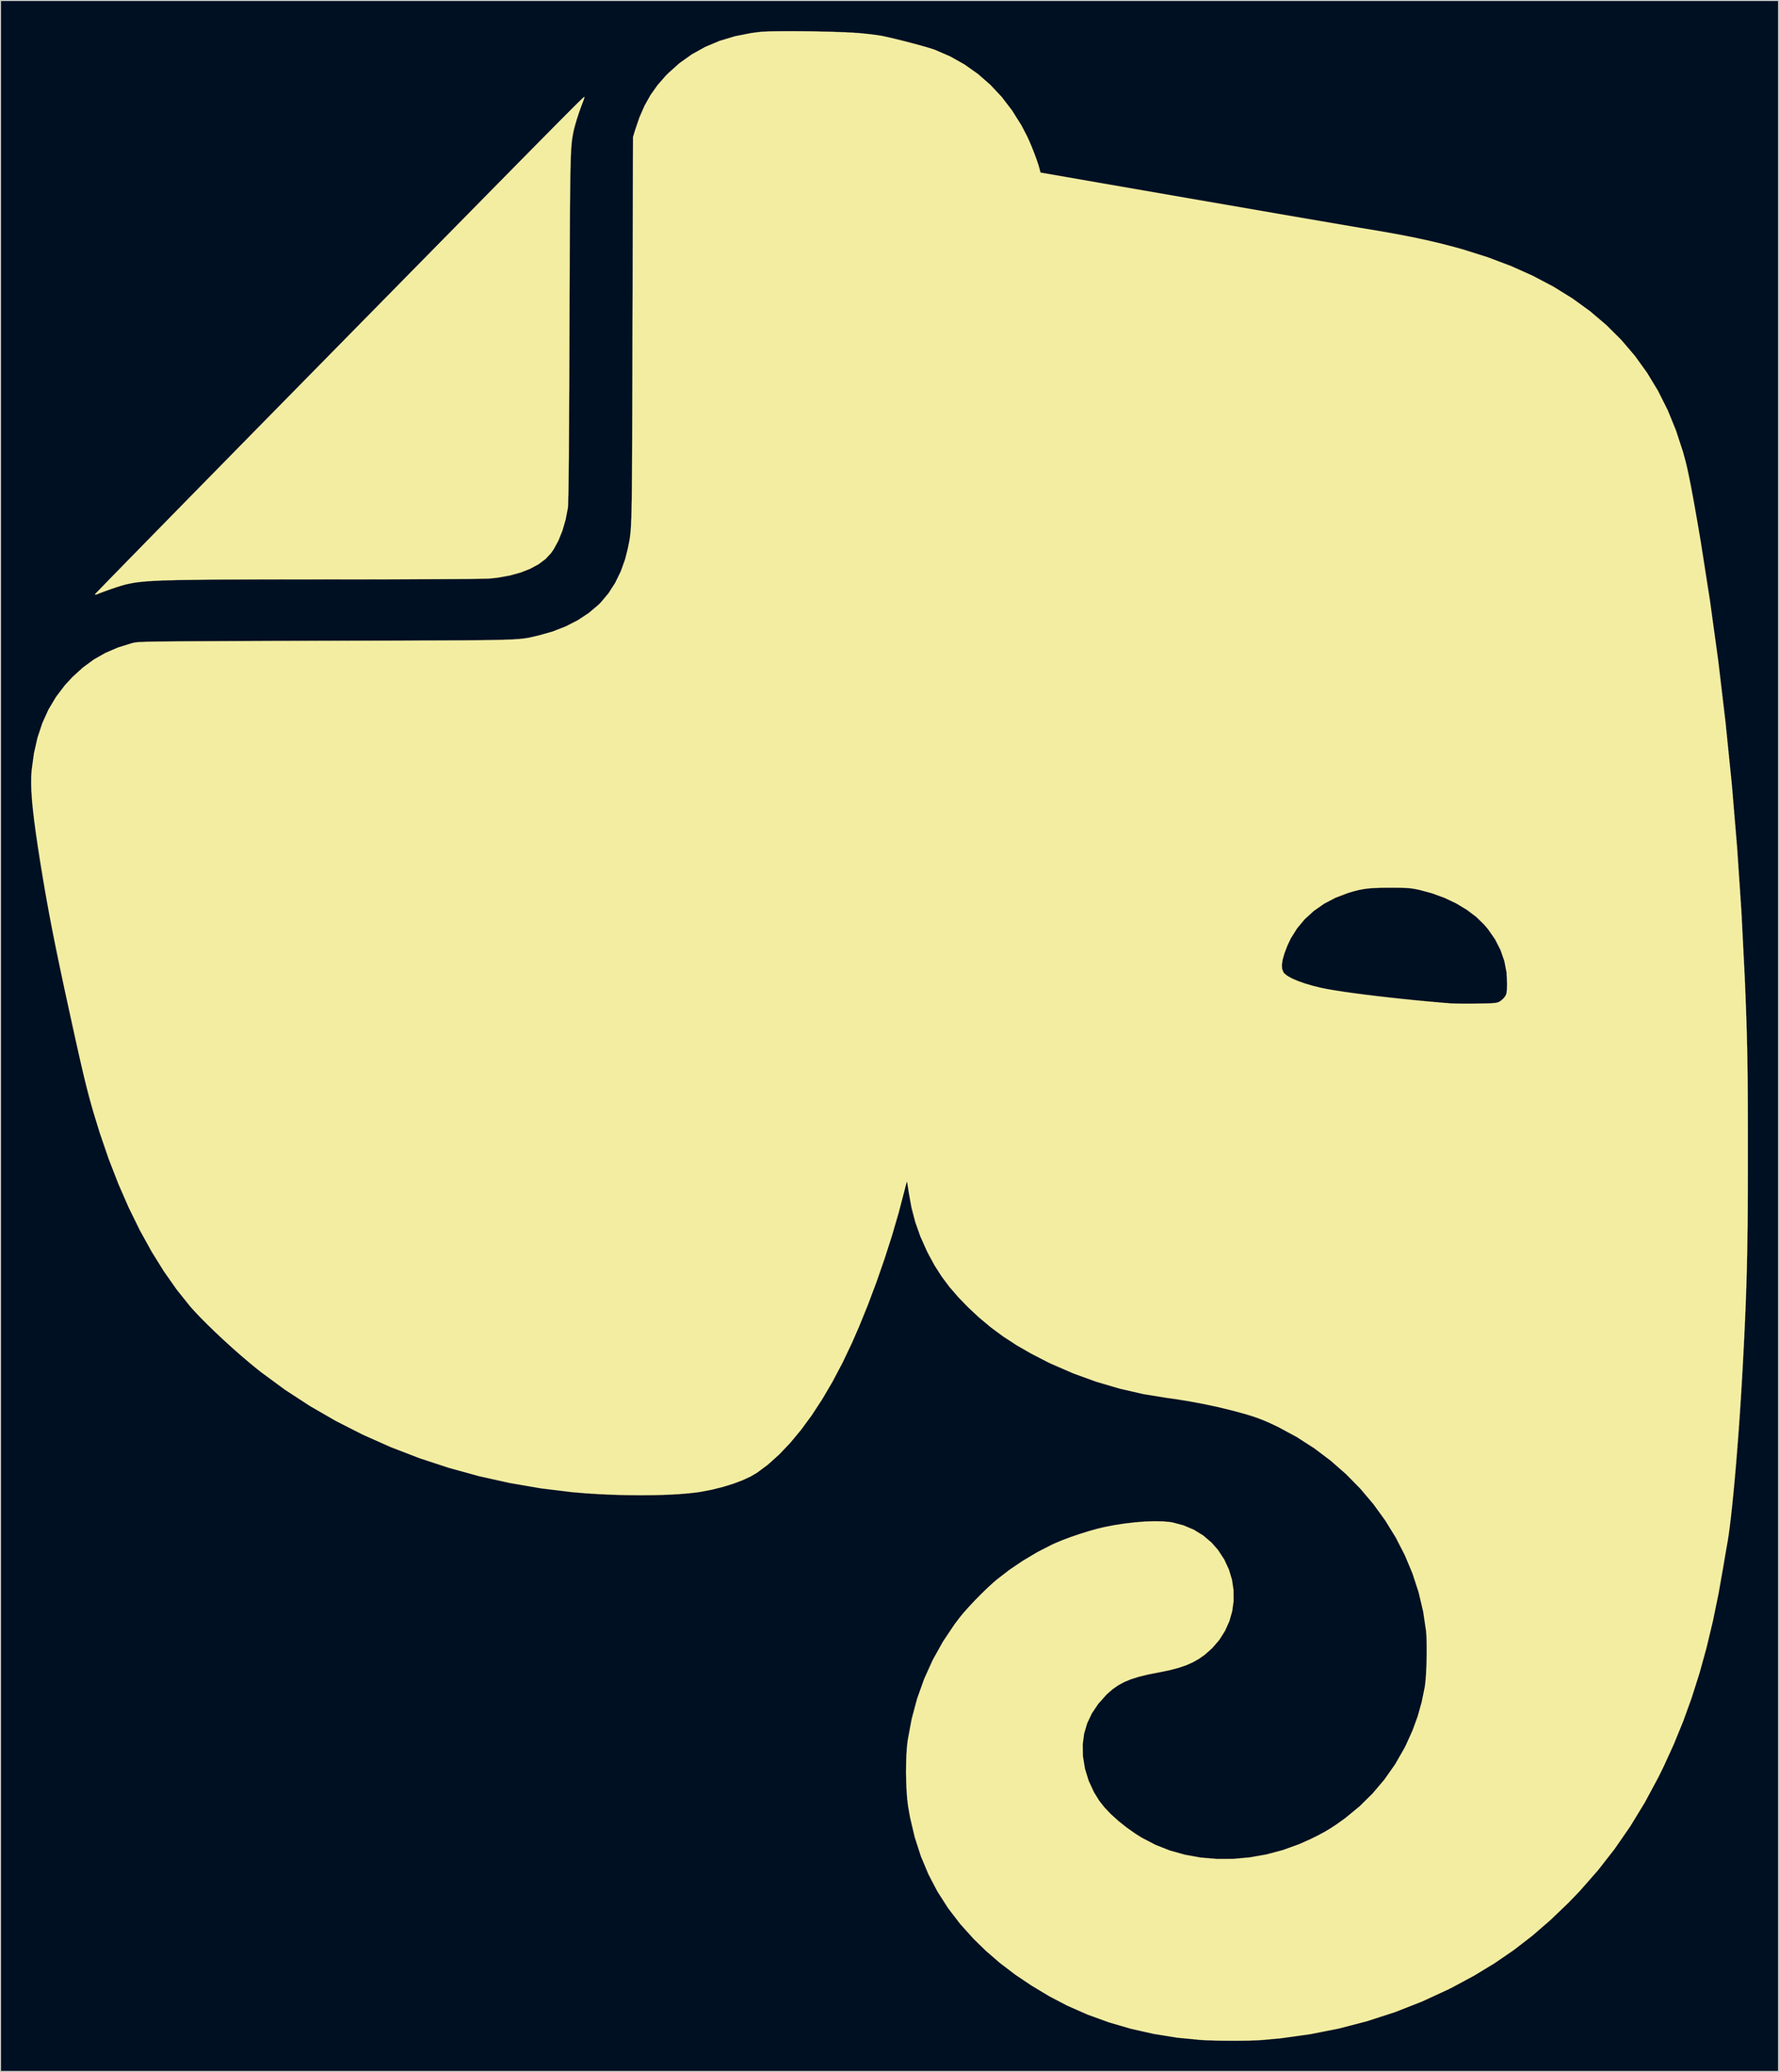
<source format=kicad_pcb>
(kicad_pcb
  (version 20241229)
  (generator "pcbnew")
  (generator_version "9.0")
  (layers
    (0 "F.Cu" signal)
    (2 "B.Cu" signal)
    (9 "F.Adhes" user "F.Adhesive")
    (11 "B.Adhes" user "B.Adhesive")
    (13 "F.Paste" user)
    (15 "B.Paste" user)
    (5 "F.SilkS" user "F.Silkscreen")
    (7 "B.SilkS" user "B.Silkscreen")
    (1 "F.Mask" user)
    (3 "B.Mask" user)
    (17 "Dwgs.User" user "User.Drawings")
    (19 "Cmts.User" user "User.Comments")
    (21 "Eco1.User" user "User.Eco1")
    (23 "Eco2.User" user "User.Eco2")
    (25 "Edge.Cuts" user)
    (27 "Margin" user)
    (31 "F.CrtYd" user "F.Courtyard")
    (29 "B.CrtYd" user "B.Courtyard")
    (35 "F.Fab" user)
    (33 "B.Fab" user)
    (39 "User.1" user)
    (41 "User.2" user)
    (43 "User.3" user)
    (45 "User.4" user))
  (footprint "evernote_20x20_F"
    (layer "F.Cu")
    (at 84.144 98.378)
    (property "Reference" "evernote_20x20_F" (at 0 0 0) (layer "F.SilkS") (effects (font (size 1.524 1.524) (thickness 0.3))))
    (attr through_hole)
    (fp_poly (pts (xy -29.949 -91.878) (xy -29.999 -91.696) (xy -30.07 -91.504) (xy -30.285 -90.944) (xy -30.5 -90.334) (xy -30.699 -89.72) (xy -30.868 -89.149) (xy -30.992 -88.669) (xy -31.024 -88.519) (xy -31.061 -88.323) (xy -31.096 -88.132) (xy -31.128 -87.936) (xy -31.158 -87.73) (xy -31.185 -87.505) (xy -31.209 -87.254) (xy -31.231 -86.97) (xy -31.251 -86.645) (xy -31.269 -86.271) (xy -31.286 -85.843) (xy -31.3 -85.351) (xy -31.314 -84.788) (xy -31.325 -84.148) (xy -31.336 -83.422) (xy -31.346 -82.604) (xy -31.354 -81.685) (xy -31.362 -80.659) (xy -31.37 -79.517) (xy -31.377 -78.253) (xy -31.383 -76.859) (xy -31.39 -75.328) (xy -31.396 -73.651) (xy -31.403 -71.823) (xy -31.409 -69.835) (xy -31.412 -69.215) (xy -31.419 -67.038) (xy -31.427 -65.025) (xy -31.435 -63.173) (xy -31.443 -61.478) (xy -31.451 -59.934) (xy -31.46 -58.537) (xy -31.468 -57.284) (xy -31.478 -56.169) (xy -31.487 -55.188) (xy -31.497 -54.337) (xy -31.507 -53.612) (xy -31.518 -53.007) (xy -31.529 -52.52) (xy -31.54 -52.144) (xy -31.553 -51.877) (xy -31.566 -51.713) (xy -31.569 -51.689) (xy -31.789 -50.545) (xy -32.099 -49.477) (xy -32.49 -48.507) (xy -32.951 -47.661) (xy -33.225 -47.266) (xy -33.756 -46.697) (xy -34.434 -46.19) (xy -35.247 -45.749) (xy -36.182 -45.381) (xy -37.226 -45.09) (xy -38.367 -44.882) (xy -39.158 -44.793) (xy -39.388 -44.781) (xy -39.784 -44.77) (xy -40.343 -44.759) (xy -41.061 -44.75) (xy -41.935 -44.741) (xy -42.961 -44.733) (xy -44.136 -44.726) (xy -45.457 -44.72) (xy -46.921 -44.715) (xy -48.523 -44.71) (xy -50.261 -44.707) (xy -52.132 -44.705) (xy -54.131 -44.704) (xy -54.822 -44.704) (xy -56.903 -44.703) (xy -58.822 -44.702) (xy -60.586 -44.7) (xy -62.204 -44.697) (xy -63.683 -44.692) (xy -65.029 -44.687) (xy -66.251 -44.679) (xy -67.356 -44.67) (xy -68.351 -44.659) (xy -69.245 -44.645) (xy -70.043 -44.63) (xy -70.755 -44.611) (xy -71.387 -44.59) (xy -71.947 -44.566) (xy -72.442 -44.538) (xy -72.88 -44.508) (xy -73.269 -44.473) (xy -73.615 -44.435) (xy -73.926 -44.394) (xy -74.21 -44.347) (xy -74.474 -44.297) (xy -74.726 -44.242) (xy -74.972 -44.183) (xy -75.323 -44.083) (xy -75.785 -43.936) (xy -76.31 -43.758) (xy -76.853 -43.565) (xy -77.366 -43.374) (xy -77.745 -43.223) (xy -77.866 -43.207) (xy -77.893 -43.241) (xy -77.835 -43.307) (xy -77.661 -43.489) (xy -77.378 -43.783) (xy -76.987 -44.185) (xy -76.495 -44.691) (xy -75.905 -45.296) (xy -75.221 -45.996) (xy -74.448 -46.788) (xy -73.588 -47.666) (xy -72.648 -48.626) (xy -71.63 -49.665) (xy -70.54 -50.778) (xy -69.38 -51.961) (xy -68.156 -53.209) (xy -66.871 -54.518) (xy -65.53 -55.884) (xy -64.137 -57.303) (xy -62.696 -58.77) (xy -61.211 -60.282) (xy -59.686 -61.834) (xy -58.125 -63.421) (xy -56.534 -65.04) (xy -56.21 -65.369) (xy -54.092 -67.523) (xy -52.09 -69.559) (xy -50.2 -71.48) (xy -48.419 -73.291) (xy -46.745 -74.993) (xy -45.172 -76.591) (xy -43.7 -78.088) (xy -42.324 -79.486) (xy -41.041 -80.789) (xy -39.848 -82.001) (xy -38.743 -83.124) (xy -37.72 -84.161) (xy -36.779 -85.117) (xy -35.914 -85.993) (xy -35.124 -86.794) (xy -34.405 -87.522) (xy -33.754 -88.181) (xy -33.167 -88.774) (xy -32.642 -89.305) (xy -32.174 -89.775) (xy -31.762 -90.19) (xy -31.402 -90.551) (xy -31.091 -90.862) (xy -30.825 -91.127) (xy -30.601 -91.348) (xy -30.417 -91.528) (xy -30.268 -91.672) (xy -30.153 -91.782) (xy -30.067 -91.861) (xy -30.007 -91.913) (xy -29.971 -91.941) (xy -29.956 -91.948) (xy -29.949 -91.878)) (stroke (width 0.01) (type solid)) (fill yes) (layer "F.SilkS"))
    (fp_poly (pts (xy -8.725 -98.369) (xy -7.822 -98.358) (xy -6.916 -98.342) (xy -6.028 -98.322) (xy -5.184 -98.296) (xy -4.406 -98.267) (xy -3.718 -98.233) (xy -3.143 -98.195) (xy -2.921 -98.177) (xy -2.376 -98.123) (xy -1.838 -98.062) (xy -1.35 -98) (xy -0.958 -97.942) (xy -0.762 -97.907) (xy -0.241 -97.795) (xy 0.366 -97.653) (xy 1.028 -97.491) (xy 1.714 -97.316) (xy 2.392 -97.138) (xy 3.03 -96.963) (xy 3.598 -96.801) (xy 4.063 -96.66) (xy 4.396 -96.548) (xy 4.398 -96.547) (xy 5.891 -95.9) (xy 7.296 -95.11) (xy 8.61 -94.18) (xy 9.828 -93.115) (xy 10.947 -91.919) (xy 11.96 -90.595) (xy 12.865 -89.148) (xy 13.414 -88.099) (xy 13.646 -87.595) (xy 13.89 -87.017) (xy 14.129 -86.41) (xy 14.346 -85.82) (xy 14.524 -85.292) (xy 14.644 -84.874) (xy 14.729 -84.532) (xy 17.969 -83.97) (xy 20.355 -83.555) (xy 22.675 -83.153) (xy 24.923 -82.763) (xy 27.093 -82.387) (xy 29.18 -82.026) (xy 31.179 -81.68) (xy 33.083 -81.351) (xy 34.887 -81.039) (xy 36.586 -80.745) (xy 38.174 -80.471) (xy 39.646 -80.218) (xy 40.996 -79.986) (xy 42.217 -79.776) (xy 43.306 -79.589) (xy 44.256 -79.426) (xy 45.061 -79.289) (xy 45.717 -79.178) (xy 46.217 -79.094) (xy 46.556 -79.038) (xy 46.567 -79.036) (xy 48.292 -78.747) (xy 49.873 -78.462) (xy 51.332 -78.175) (xy 52.694 -77.882) (xy 53.983 -77.578) (xy 55.223 -77.257) (xy 56.14 -77.001) (xy 58.556 -76.238) (xy 60.833 -75.378) (xy 62.972 -74.42) (xy 64.974 -73.365) (xy 66.84 -72.21) (xy 68.571 -70.955) (xy 70.168 -69.599) (xy 71.632 -68.141) (xy 72.963 -66.58) (xy 74.162 -64.917) (xy 75.231 -63.148) (xy 76.17 -61.275) (xy 76.981 -59.295) (xy 77.663 -57.209) (xy 77.922 -56.261) (xy 78.072 -55.638) (xy 78.241 -54.855) (xy 78.43 -53.913) (xy 78.639 -52.808) (xy 78.868 -51.54) (xy 79.118 -50.107) (xy 79.389 -48.508) (xy 79.409 -48.384) (xy 80.313 -42.618) (xy 81.123 -36.723) (xy 81.837 -30.712) (xy 82.456 -24.597) (xy 82.976 -18.392) (xy 83.398 -12.108) (xy 83.719 -5.76) (xy 83.732 -5.461) (xy 83.782 -4.237) (xy 83.826 -3.096) (xy 83.865 -2.018) (xy 83.898 -0.984) (xy 83.927 0.025) (xy 83.951 1.029) (xy 83.972 2.046) (xy 83.988 3.096) (xy 84.001 4.199) (xy 84.011 5.372) (xy 84.019 6.636) (xy 84.023 8.009) (xy 84.026 9.512) (xy 84.027 11.162) (xy 84.027 11.345) (xy 84.026 13.292) (xy 84.021 15.089) (xy 84.012 16.757) (xy 84 18.317) (xy 83.982 19.788) (xy 83.959 21.19) (xy 83.93 22.545) (xy 83.895 23.871) (xy 83.852 25.189) (xy 83.803 26.519) (xy 83.745 27.882) (xy 83.68 29.298) (xy 83.605 30.786) (xy 83.521 32.367) (xy 83.478 33.147) (xy 83.388 34.69) (xy 83.29 36.236) (xy 83.186 37.772) (xy 83.076 39.285) (xy 82.961 40.759) (xy 82.844 42.182) (xy 82.724 43.538) (xy 82.604 44.815) (xy 82.485 45.999) (xy 82.367 47.074) (xy 82.253 48.028) (xy 82.143 48.847) (xy 82.038 49.516) (xy 81.997 49.743) (xy 81.937 50.076) (xy 81.859 50.524) (xy 81.771 51.037) (xy 81.684 51.563) (xy 81.656 51.731) (xy 81.149 54.604) (xy 80.587 57.332) (xy 79.964 59.929) (xy 79.276 62.413) (xy 78.518 64.799) (xy 77.684 67.103) (xy 76.77 69.34) (xy 75.771 71.528) (xy 75.263 72.559) (xy 73.936 75.028) (xy 72.511 77.366) (xy 70.977 79.585) (xy 69.326 81.698) (xy 67.55 83.718) (xy 66.424 84.886) (xy 64.674 86.561) (xy 62.907 88.089) (xy 61.093 89.49) (xy 59.204 90.784) (xy 57.213 91.992) (xy 55.091 93.134) (xy 54.693 93.335) (xy 52.099 94.532) (xy 49.447 95.57) (xy 46.738 96.449) (xy 43.974 97.168) (xy 41.155 97.727) (xy 38.284 98.126) (xy 36.407 98.298) (xy 35.837 98.33) (xy 35.138 98.352) (xy 34.348 98.364) (xy 33.508 98.368) (xy 32.657 98.362) (xy 31.834 98.347) (xy 31.078 98.324) (xy 30.429 98.291) (xy 30.395 98.288) (xy 28.097 98.064) (xy 25.823 97.698) (xy 23.592 97.195) (xy 21.42 96.561) (xy 19.325 95.8) (xy 17.324 94.917) (xy 15.621 94.025) (xy 13.87 92.977) (xy 12.265 91.899) (xy 10.783 90.772) (xy 9.402 89.582) (xy 8.21 88.423) (xy 6.869 86.936) (xy 5.682 85.387) (xy 4.646 83.77) (xy 3.759 82.078) (xy 3.016 80.304) (xy 2.415 78.443) (xy 1.953 76.488) (xy 1.76 75.396) (xy 1.677 74.717) (xy 1.616 73.917) (xy 1.578 73.036) (xy 1.562 72.117) (xy 1.57 71.202) (xy 1.6 70.333) (xy 1.654 69.552) (xy 1.723 68.961) (xy 2.112 66.874) (xy 2.651 64.866) (xy 3.341 62.935) (xy 4.181 61.081) (xy 5.172 59.301) (xy 6.316 57.594) (xy 6.778 56.981) (xy 7.196 56.472) (xy 7.712 55.892) (xy 8.292 55.274) (xy 8.901 54.653) (xy 9.507 54.064) (xy 10.076 53.542) (xy 10.441 53.228) (xy 11.679 52.273) (xy 13.022 51.365) (xy 14.417 50.536) (xy 15.811 49.82) (xy 16.171 49.654) (xy 16.873 49.361) (xy 17.688 49.057) (xy 18.563 48.758) (xy 19.444 48.483) (xy 20.28 48.248) (xy 20.931 48.09) (xy 21.93 47.894) (xy 22.951 47.735) (xy 23.964 47.616) (xy 24.942 47.539) (xy 25.856 47.506) (xy 26.678 47.518) (xy 27.379 47.579) (xy 27.642 47.621) (xy 28.738 47.908) (xy 29.751 48.338) (xy 30.671 48.903) (xy 31.489 49.599) (xy 32.121 50.321) (xy 32.73 51.25) (xy 33.185 52.227) (xy 33.488 53.238) (xy 33.642 54.266) (xy 33.649 55.297) (xy 33.51 56.315) (xy 33.227 57.304) (xy 32.802 58.249) (xy 32.238 59.136) (xy 31.536 59.947) (xy 30.813 60.583) (xy 30.252 60.978) (xy 29.66 61.315) (xy 29.01 61.603) (xy 28.276 61.854) (xy 27.431 62.077) (xy 26.449 62.282) (xy 26.247 62.319) (xy 25.221 62.523) (xy 24.341 62.74) (xy 23.584 62.98) (xy 22.926 63.253) (xy 22.344 63.568) (xy 21.815 63.937) (xy 21.315 64.369) (xy 21.177 64.502) (xy 20.389 65.386) (xy 19.763 66.316) (xy 19.301 67.291) (xy 19.001 68.314) (xy 18.863 69.384) (xy 18.887 70.502) (xy 18.889 70.527) (xy 19.088 71.747) (xy 19.45 72.92) (xy 19.972 74.043) (xy 20.497 74.89) (xy 20.993 75.521) (xy 21.623 76.181) (xy 22.36 76.849) (xy 23.177 77.5) (xy 24.047 78.111) (xy 24.654 78.491) (xy 25.988 79.187) (xy 27.404 79.744) (xy 28.888 80.16) (xy 30.426 80.436) (xy 32.006 80.57) (xy 33.614 80.564) (xy 35.237 80.417) (xy 36.86 80.13) (xy 38.472 79.7) (xy 40.057 79.13) (xy 41.148 78.645) (xy 41.901 78.272) (xy 42.547 77.926) (xy 43.137 77.576) (xy 43.724 77.19) (xy 44.36 76.738) (xy 44.612 76.551) (xy 45.993 75.417) (xy 47.272 74.155) (xy 48.435 72.779) (xy 49.471 71.305) (xy 50.366 69.748) (xy 50.549 69.384) (xy 51.179 67.985) (xy 51.682 66.611) (xy 52.076 65.203) (xy 52.373 63.754) (xy 52.432 63.304) (xy 52.482 62.722) (xy 52.521 62.046) (xy 52.548 61.312) (xy 52.563 60.559) (xy 52.565 59.823) (xy 52.553 59.141) (xy 52.526 58.551) (xy 52.499 58.229) (xy 52.216 56.326) (xy 51.772 54.453) (xy 51.172 52.618) (xy 50.423 50.83) (xy 49.532 49.098) (xy 48.505 47.431) (xy 47.348 45.836) (xy 46.068 44.323) (xy 44.671 42.901) (xy 43.163 41.578) (xy 41.55 40.363) (xy 39.84 39.264) (xy 38.039 38.29) (xy 37.739 38.145) (xy 37.148 37.87) (xy 36.601 37.634) (xy 36.064 37.425) (xy 35.501 37.23) (xy 34.878 37.038) (xy 34.159 36.837) (xy 33.316 36.615) (xy 32.038 36.308) (xy 30.66 36.017) (xy 29.249 35.755) (xy 27.875 35.535) (xy 27.136 35.434) (xy 24.821 35.059) (xy 22.497 34.527) (xy 20.193 33.848) (xy 17.939 33.031) (xy 15.763 32.083) (xy 15.367 31.892) (xy 13.806 31.087) (xy 12.385 30.269) (xy 11.078 29.418) (xy 9.857 28.515) (xy 8.692 27.54) (xy 7.675 26.591) (xy 6.677 25.564) (xy 5.81 24.56) (xy 5.05 23.544) (xy 4.369 22.479) (xy 3.742 21.33) (xy 3.597 21.04) (xy 2.965 19.624) (xy 2.468 18.221) (xy 2.091 16.779) (xy 1.816 15.244) (xy 1.815 15.24) (xy 1.758 14.855) (xy 1.709 14.538) (xy 1.671 14.322) (xy 1.653 14.242) (xy 1.625 14.309) (xy 1.567 14.509) (xy 1.486 14.811) (xy 1.396 15.173) (xy 0.834 17.317) (xy 0.182 19.546) (xy -0.546 21.816) (xy -1.335 24.083) (xy -2.169 26.303) (xy -3.033 28.433) (xy -3.742 30.057) (xy -4.67 32.004) (xy -5.636 33.833) (xy -6.635 35.537) (xy -7.662 37.11) (xy -8.714 38.545) (xy -9.785 39.835) (xy -10.871 40.975) (xy -11.966 41.959) (xy -13.024 42.749) (xy -13.68 43.133) (xy -14.478 43.5) (xy -15.388 43.842) (xy -16.383 44.148) (xy -17.434 44.41) (xy -18.513 44.618) (xy -18.776 44.659) (xy -19.668 44.768) (xy -20.702 44.853) (xy -21.854 44.914) (xy -23.1 44.95) (xy -24.415 44.962) (xy -25.775 44.95) (xy -27.154 44.913) (xy -28.528 44.852) (xy -29.872 44.767) (xy -31.157 44.658) (xy -34.24 44.282) (xy -37.287 43.757) (xy -40.287 43.088) (xy -43.233 42.277) (xy -46.116 41.328) (xy -48.927 40.244) (xy -51.657 39.029) (xy -54.299 37.686) (xy -56.842 36.218) (xy -59.28 34.629) (xy -61.602 32.922) (xy -62.019 32.593) (xy -62.797 31.956) (xy -63.618 31.257) (xy -64.459 30.515) (xy -65.297 29.752) (xy -66.11 28.99) (xy -66.874 28.249) (xy -67.568 27.552) (xy -68.168 26.918) (xy -68.572 26.465) (xy -69.88 24.83) (xy -71.138 23.04) (xy -72.343 21.103) (xy -73.49 19.026) (xy -74.575 16.816) (xy -75.596 14.483) (xy -76.547 12.033) (xy -77.425 9.475) (xy -78.02 7.535) (xy -78.189 6.95) (xy -78.348 6.383) (xy -78.502 5.816) (xy -78.655 5.229) (xy -78.811 4.606) (xy -78.976 3.927) (xy -79.153 3.174) (xy -79.348 2.329) (xy -79.563 1.374) (xy -79.805 0.291) (xy -80.077 -0.94) (xy -80.084 -0.974) (xy -80.473 -2.745) (xy -80.825 -4.369) (xy -81.145 -5.864) (xy -81.376 -6.96) (xy 38.376 -6.96) (xy 38.405 -6.547) (xy 38.538 -6.228) (xy 38.619 -6.125) (xy 38.917 -5.885) (xy 39.364 -5.637) (xy 39.94 -5.387) (xy 40.627 -5.144) (xy 41.404 -4.915) (xy 42.249 -4.708) (xy 42.836 -4.591) (xy 43.574 -4.465) (xy 44.444 -4.331) (xy 45.429 -4.192) (xy 46.509 -4.051) (xy 47.667 -3.909) (xy 48.884 -3.769) (xy 50.141 -3.633) (xy 51.422 -3.502) (xy 52.707 -3.38) (xy 53.978 -3.268) (xy 54.991 -3.186) (xy 55.199 -3.178) (xy 55.545 -3.171) (xy 55.999 -3.167) (xy 56.529 -3.166) (xy 57.104 -3.168) (xy 57.362 -3.17) (xy 58.027 -3.178) (xy 58.545 -3.19) (xy 58.938 -3.208) (xy 59.227 -3.232) (xy 59.435 -3.265) (xy 59.584 -3.307) (xy 59.615 -3.32) (xy 59.861 -3.474) (xy 60.103 -3.698) (xy 60.166 -3.773) (xy 60.272 -3.923) (xy 60.344 -4.065) (xy 60.388 -4.24) (xy 60.415 -4.488) (xy 60.432 -4.848) (xy 60.438 -5.054) (xy 60.389 -6.204) (xy 60.175 -7.328) (xy 59.798 -8.417) (xy 59.264 -9.462) (xy 58.574 -10.456) (xy 58.186 -10.914) (xy 57.407 -11.669) (xy 56.487 -12.363) (xy 55.448 -12.986) (xy 54.31 -13.525) (xy 53.094 -13.97) (xy 51.823 -14.31) (xy 51.769 -14.321) (xy 51.44 -14.388) (xy 51.139 -14.438) (xy 50.833 -14.474) (xy 50.488 -14.498) (xy 50.073 -14.511) (xy 49.552 -14.518) (xy 48.937 -14.519) (xy 48.138 -14.512) (xy 47.471 -14.49) (xy 46.9 -14.45) (xy 46.389 -14.385) (xy 45.901 -14.292) (xy 45.401 -14.165) (xy 44.851 -14) (xy 44.842 -13.998) (xy 43.631 -13.536) (xy 42.519 -12.953) (xy 41.516 -12.255) (xy 40.631 -11.451) (xy 39.873 -10.548) (xy 39.25 -9.553) (xy 38.921 -8.859) (xy 38.633 -8.107) (xy 38.452 -7.477) (xy 38.376 -6.96) (xy -81.376 -6.96) (xy -81.437 -7.247) (xy -81.703 -8.536) (xy -81.947 -9.748) (xy -82.173 -10.902) (xy -82.384 -12.014) (xy -82.583 -13.103) (xy -82.775 -14.186) (xy -82.962 -15.281) (xy -83.148 -16.405) (xy -83.261 -17.103) (xy -83.492 -18.58) (xy -83.686 -19.904) (xy -83.844 -21.088) (xy -83.967 -22.144) (xy -84.057 -23.083) (xy -84.114 -23.918) (xy -84.139 -24.661) (xy -84.135 -25.324) (xy -84.101 -25.92) (xy -84.093 -26.012) (xy -83.87 -27.661) (xy -83.522 -29.199) (xy -83.047 -30.631) (xy -82.442 -31.963) (xy -81.705 -33.199) (xy -80.833 -34.345) (xy -80.098 -35.14) (xy -79.071 -36.075) (xy -77.999 -36.86) (xy -76.859 -37.51) (xy -75.63 -38.036) (xy -74.286 -38.453) (xy -74.111 -38.498) (xy -74.036 -38.514) (xy -73.943 -38.529) (xy -73.825 -38.543) (xy -73.676 -38.556) (xy -73.489 -38.568) (xy -73.256 -38.579) (xy -72.972 -38.589) (xy -72.629 -38.598) (xy -72.22 -38.607) (xy -71.74 -38.615) (xy -71.18 -38.622) (xy -70.534 -38.629) (xy -69.796 -38.635) (xy -68.958 -38.641) (xy -68.014 -38.647) (xy -66.956 -38.652) (xy -65.779 -38.658) (xy -64.475 -38.663) (xy -63.038 -38.668) (xy -61.46 -38.673) (xy -59.736 -38.678) (xy -57.857 -38.684) (xy -55.818 -38.69) (xy -55.245 -38.691) (xy -53.148 -38.697) (xy -51.212 -38.702) (xy -49.432 -38.707) (xy -47.799 -38.711) (xy -46.307 -38.716) (xy -44.949 -38.721) (xy -43.717 -38.726) (xy -42.604 -38.732) (xy -41.602 -38.738) (xy -40.706 -38.746) (xy -39.907 -38.755) (xy -39.198 -38.764) (xy -38.573 -38.776) (xy -38.023 -38.789) (xy -37.542 -38.804) (xy -37.123 -38.82) (xy -36.759 -38.84) (xy -36.441 -38.861) (xy -36.164 -38.885) (xy -35.92 -38.912) (xy -35.701 -38.941) (xy -35.501 -38.974) (xy -35.312 -39.01) (xy -35.128 -39.05) (xy -34.94 -39.093) (xy -34.743 -39.14) (xy -34.528 -39.191) (xy -34.417 -39.216) (xy -33.057 -39.599) (xy -31.776 -40.099) (xy -30.592 -40.706) (xy -29.521 -41.412) (xy -28.578 -42.209) (xy -28.336 -42.45) (xy -27.589 -43.339) (xy -26.937 -44.354) (xy -26.389 -45.473) (xy -25.957 -46.675) (xy -25.696 -47.71) (xy -25.651 -47.927) (xy -25.61 -48.128) (xy -25.571 -48.32) (xy -25.536 -48.508) (xy -25.504 -48.701) (xy -25.474 -48.906) (xy -25.447 -49.128) (xy -25.423 -49.377) (xy -25.401 -49.658) (xy -25.381 -49.979) (xy -25.364 -50.346) (xy -25.348 -50.768) (xy -25.334 -51.25) (xy -25.321 -51.8) (xy -25.31 -52.425) (xy -25.301 -53.132) (xy -25.292 -53.929) (xy -25.285 -54.821) (xy -25.278 -55.817) (xy -25.272 -56.923) (xy -25.267 -58.146) (xy -25.262 -59.494) (xy -25.257 -60.974) (xy -25.252 -62.591) (xy -25.247 -64.355) (xy -25.242 -66.271) (xy -25.237 -68.347) (xy -25.235 -69.13) (xy -25.185 -88.011) (xy -24.994 -88.646) (xy -24.558 -89.928) (xy -24.056 -91.076) (xy -23.472 -92.119) (xy -22.789 -93.083) (xy -21.991 -93.998) (xy -21.76 -94.234) (xy -20.635 -95.242) (xy -19.415 -96.11) (xy -18.101 -96.839) (xy -16.691 -97.43) (xy -15.183 -97.882) (xy -13.578 -98.197) (xy -12.728 -98.304) (xy -12.347 -98.331) (xy -11.819 -98.352) (xy -11.17 -98.365) (xy -10.422 -98.372) (xy -9.599 -98.373) (xy -8.725 -98.369)) (stroke (width 0.01) (type solid)) (fill yes) (layer "F.SilkS")))
  (gr_rect
    (start -3 -3)
    (end 171.176 199.751)
    (stroke (width 0.1) (type default))
    (fill no)
    (layer "Edge.Cuts")))
</source>
